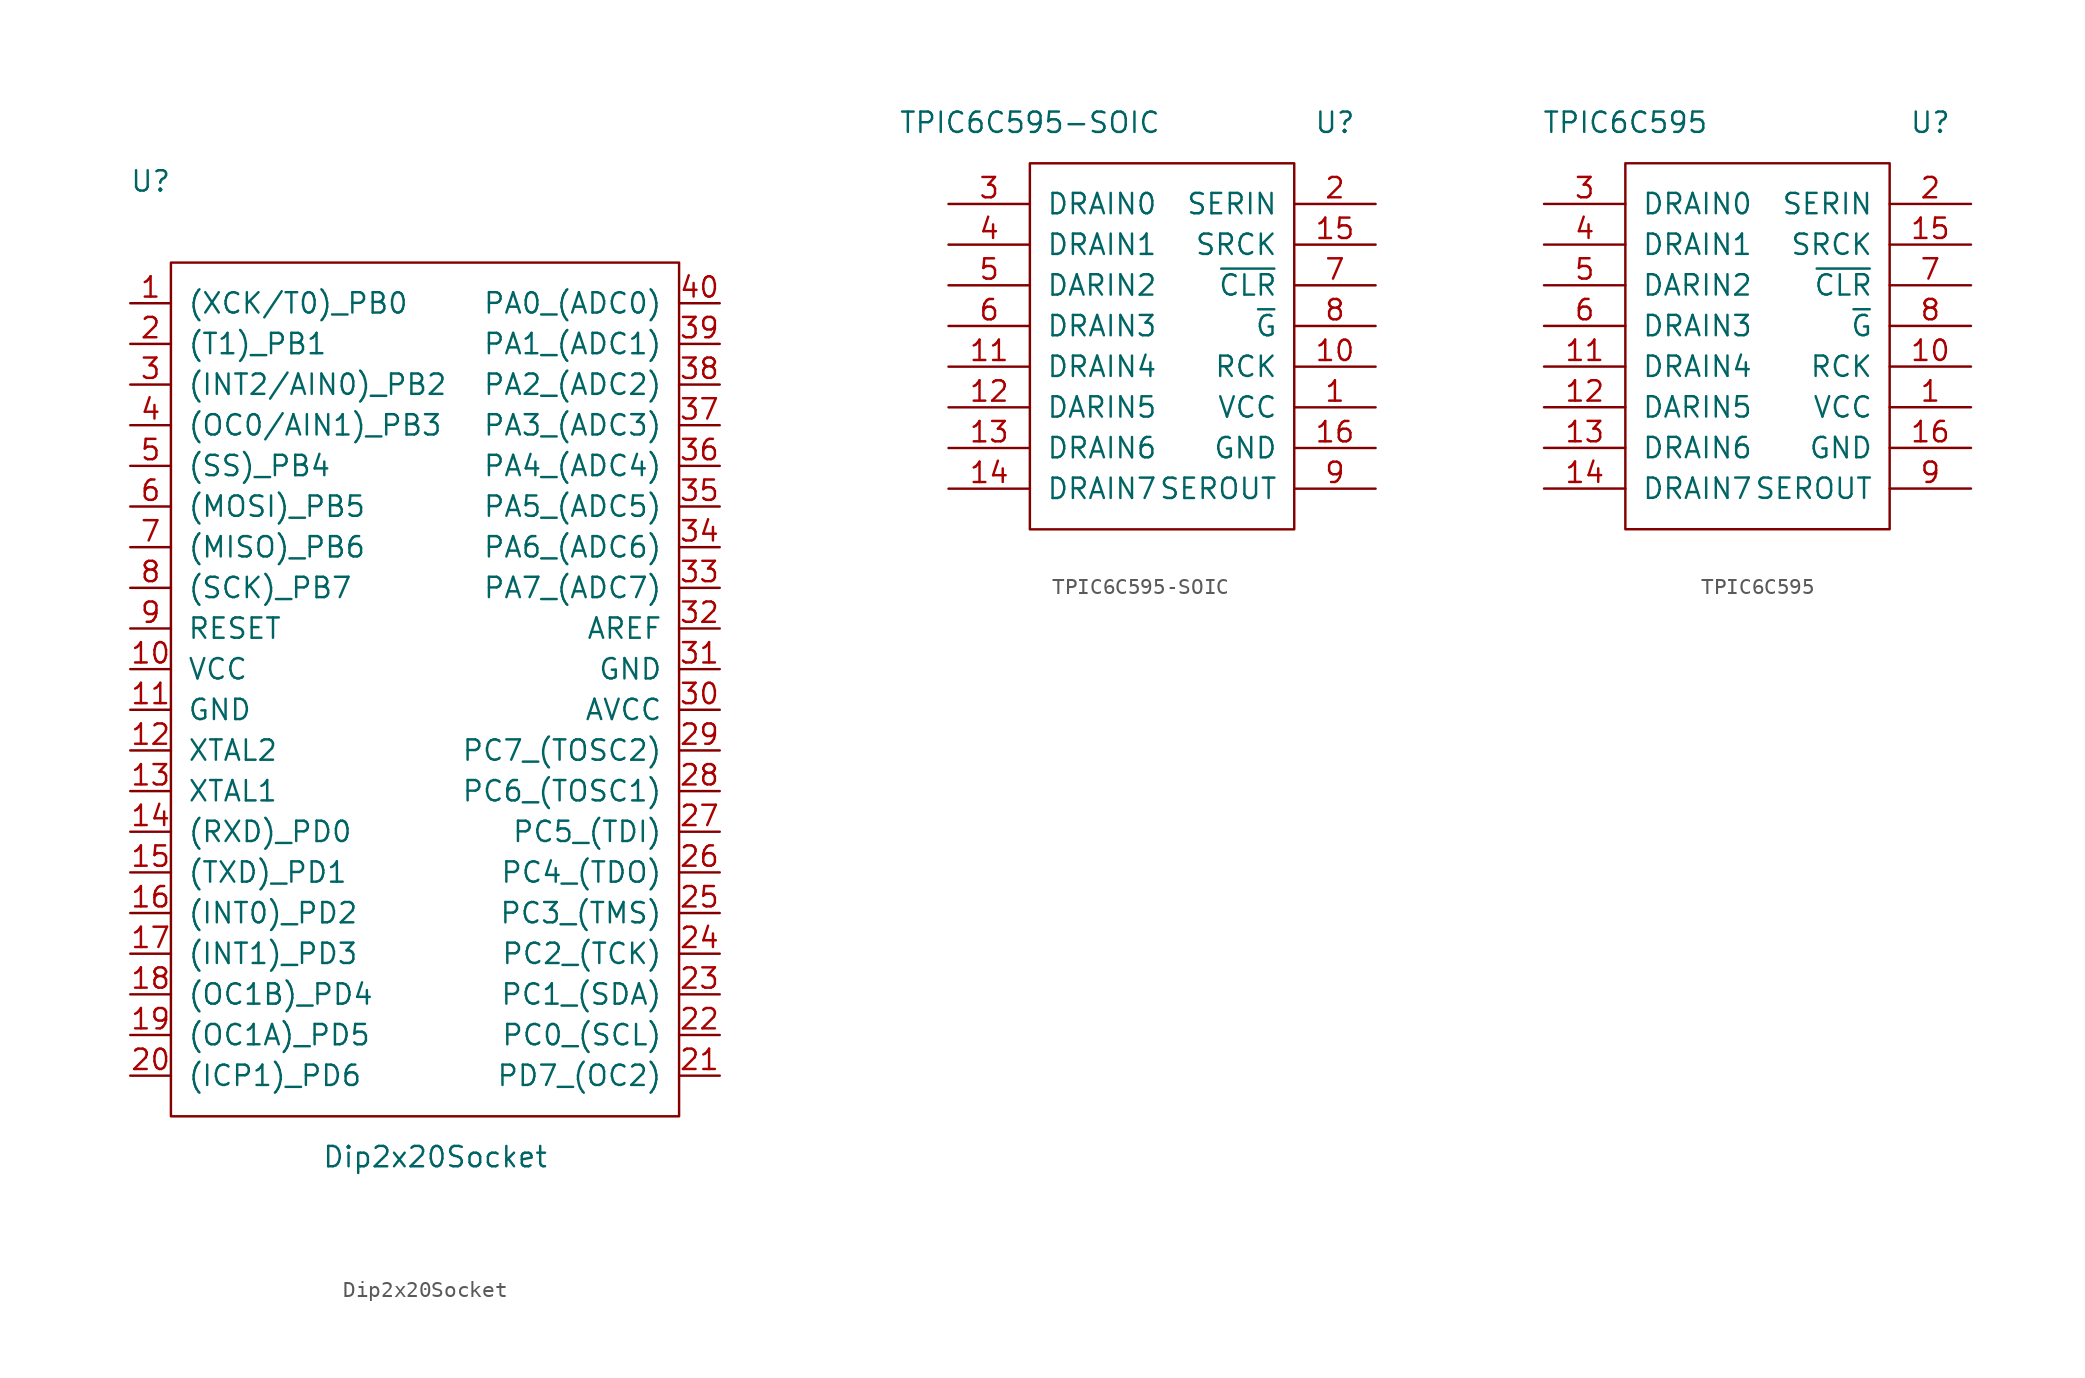
<source format=kicad_sym>
(kicad_symbol_lib
  (version 20211014)
  (generator kicad_symbol_editor)
  (symbol "Dip2x20Socket"
    (pin_names
      (offset 1.016))
    (property "Reference" "U"
      (at -17.78 30.48 0)
      (effects (font (size 1.27 1.27))))
    (property "Value" "Dip2x20Socket"
      (at 0 -30.48 0)
      (effects (font (size 1.27 1.27))))
    (symbol "Dip2x20Socket_0_1"
      (rectangle (start -16.51 25.4) (end 15.24 -27.94) (stroke (width 0) (type default) (color 0 0 0 0)) (fill (type none))))
    (symbol "Dip2x20Socket_1_1"
      (pin input line (at -19.05 22.86 0) (length 2.54) (name "(XCK/T0)_PB0" (effects (font (size 1.27 1.27)))) (number "1" (effects (font (size 1.27 1.27)))))
      (pin power_in line (at -19.05 0 0) (length 2.54) (name "VCC" (effects (font (size 1.27 1.27)))) (number "10" (effects (font (size 1.27 1.27)))))
      (pin power_in line (at -19.05 -2.54 0) (length 2.54) (name "GND" (effects (font (size 1.27 1.27)))) (number "11" (effects (font (size 1.27 1.27)))))
      (pin input line (at -19.05 -5.08 0) (length 2.54) (name "XTAL2" (effects (font (size 1.27 1.27)))) (number "12" (effects (font (size 1.27 1.27)))))
      (pin input line (at -19.05 -7.62 0) (length 2.54) (name "XTAL1" (effects (font (size 1.27 1.27)))) (number "13" (effects (font (size 1.27 1.27)))))
      (pin input line (at -19.05 -10.16 0) (length 2.54) (name "(RXD)_PD0" (effects (font (size 1.27 1.27)))) (number "14" (effects (font (size 1.27 1.27)))))
      (pin input line (at -19.05 -12.7 0) (length 2.54) (name "(TXD)_PD1" (effects (font (size 1.27 1.27)))) (number "15" (effects (font (size 1.27 1.27)))))
      (pin input line (at -19.05 -15.24 0) (length 2.54) (name "(INT0)_PD2" (effects (font (size 1.27 1.27)))) (number "16" (effects (font (size 1.27 1.27)))))
      (pin input line (at -19.05 -17.78 0) (length 2.54) (name "(INT1)_PD3" (effects (font (size 1.27 1.27)))) (number "17" (effects (font (size 1.27 1.27)))))
      (pin input line (at -19.05 -20.32 0) (length 2.54) (name "(OC1B)_PD4" (effects (font (size 1.27 1.27)))) (number "18" (effects (font (size 1.27 1.27)))))
      (pin input line (at -19.05 -22.86 0) (length 2.54) (name "(OC1A)_PD5" (effects (font (size 1.27 1.27)))) (number "19" (effects (font (size 1.27 1.27)))))
      (pin input line (at -19.05 20.32 0) (length 2.54) (name "(T1)_PB1" (effects (font (size 1.27 1.27)))) (number "2" (effects (font (size 1.27 1.27)))))
      (pin input line (at -19.05 -25.4 0) (length 2.54) (name "(ICP1)_PD6" (effects (font (size 1.27 1.27)))) (number "20" (effects (font (size 1.27 1.27)))))
      (pin input line (at 17.78 -25.4 180) (length 2.54) (name "PD7_(OC2)" (effects (font (size 1.27 1.27)))) (number "21" (effects (font (size 1.27 1.27)))))
      (pin input line (at 17.78 -22.86 180) (length 2.54) (name "PC0_(SCL)" (effects (font (size 1.27 1.27)))) (number "22" (effects (font (size 1.27 1.27)))))
      (pin input line (at 17.78 -20.32 180) (length 2.54) (name "PC1_(SDA)" (effects (font (size 1.27 1.27)))) (number "23" (effects (font (size 1.27 1.27)))))
      (pin input line (at 17.78 -17.78 180) (length 2.54) (name "PC2_(TCK)" (effects (font (size 1.27 1.27)))) (number "24" (effects (font (size 1.27 1.27)))))
      (pin input line (at 17.78 -15.24 180) (length 2.54) (name "PC3_(TMS)" (effects (font (size 1.27 1.27)))) (number "25" (effects (font (size 1.27 1.27)))))
      (pin input line (at 17.78 -12.7 180) (length 2.54) (name "PC4_(TDO)" (effects (font (size 1.27 1.27)))) (number "26" (effects (font (size 1.27 1.27)))))
      (pin input line (at 17.78 -10.16 180) (length 2.54) (name "PC5_(TDI)" (effects (font (size 1.27 1.27)))) (number "27" (effects (font (size 1.27 1.27)))))
      (pin input line (at 17.78 -7.62 180) (length 2.54) (name "PC6_(TOSC1)" (effects (font (size 1.27 1.27)))) (number "28" (effects (font (size 1.27 1.27)))))
      (pin input line (at 17.78 -5.08 180) (length 2.54) (name "PC7_(TOSC2)" (effects (font (size 1.27 1.27)))) (number "29" (effects (font (size 1.27 1.27)))))
      (pin input line (at -19.05 17.78 0) (length 2.54) (name "(INT2/AIN0)_PB2" (effects (font (size 1.27 1.27)))) (number "3" (effects (font (size 1.27 1.27)))))
      (pin power_in line (at 17.78 -2.54 180) (length 2.54) (name "AVCC" (effects (font (size 1.27 1.27)))) (number "30" (effects (font (size 1.27 1.27)))))
      (pin power_in line (at 17.78 0 180) (length 2.54) (name "GND" (effects (font (size 1.27 1.27)))) (number "31" (effects (font (size 1.27 1.27)))))
      (pin input line (at 17.78 2.54 180) (length 2.54) (name "AREF" (effects (font (size 1.27 1.27)))) (number "32" (effects (font (size 1.27 1.27)))))
      (pin input line (at 17.78 5.08 180) (length 2.54) (name "PA7_(ADC7)" (effects (font (size 1.27 1.27)))) (number "33" (effects (font (size 1.27 1.27)))))
      (pin input line (at 17.78 7.62 180) (length 2.54) (name "PA6_(ADC6)" (effects (font (size 1.27 1.27)))) (number "34" (effects (font (size 1.27 1.27)))))
      (pin input line (at 17.78 10.16 180) (length 2.54) (name "PA5_(ADC5)" (effects (font (size 1.27 1.27)))) (number "35" (effects (font (size 1.27 1.27)))))
      (pin input line (at 17.78 12.7 180) (length 2.54) (name "PA4_(ADC4)" (effects (font (size 1.27 1.27)))) (number "36" (effects (font (size 1.27 1.27)))))
      (pin input line (at 17.78 15.24 180) (length 2.54) (name "PA3_(ADC3)" (effects (font (size 1.27 1.27)))) (number "37" (effects (font (size 1.27 1.27)))))
      (pin input line (at 17.78 17.78 180) (length 2.54) (name "PA2_(ADC2)" (effects (font (size 1.27 1.27)))) (number "38" (effects (font (size 1.27 1.27)))))
      (pin input line (at 17.78 20.32 180) (length 2.54) (name "PA1_(ADC1)" (effects (font (size 1.27 1.27)))) (number "39" (effects (font (size 1.27 1.27)))))
      (pin input line (at -19.05 15.24 0) (length 2.54) (name "(OC0/AIN1)_PB3" (effects (font (size 1.27 1.27)))) (number "4" (effects (font (size 1.27 1.27)))))
      (pin input line (at 17.78 22.86 180) (length 2.54) (name "PA0_(ADC0)" (effects (font (size 1.27 1.27)))) (number "40" (effects (font (size 1.27 1.27)))))
      (pin input line (at -19.05 12.7 0) (length 2.54) (name "(SS)_PB4" (effects (font (size 1.27 1.27)))) (number "5" (effects (font (size 1.27 1.27)))))
      (pin input line (at -19.05 10.16 0) (length 2.54) (name "(MOSI)_PB5" (effects (font (size 1.27 1.27)))) (number "6" (effects (font (size 1.27 1.27)))))
      (pin input line (at -19.05 7.62 0) (length 2.54) (name "(MISO)_PB6" (effects (font (size 1.27 1.27)))) (number "7" (effects (font (size 1.27 1.27)))))
      (pin input line (at -19.05 5.08 0) (length 2.54) (name "(SCK)_PB7" (effects (font (size 1.27 1.27)))) (number "8" (effects (font (size 1.27 1.27)))))
      (pin input line (at -19.05 2.54 0) (length 2.54) (name "RESET" (effects (font (size 1.27 1.27)))) (number "9" (effects (font (size 1.27 1.27)))))))
  (symbol "TPIC6C595-SOIC"
    (pin_names
      (offset 1.016))
    (property "Reference" "U"
      (at 10.16 3.81 0)
      (effects (font (size 1.27 1.27))))
    (property "Value" "TPIC6C595-SOIC"
      (at -8.89 3.81 0)
      (effects (font (size 1.27 1.27))))
    (symbol "TPIC6C595-SOIC_0_0"
      (pin passive line (at 12.7 -13.97 180) (length 5.08) (name "VCC" (effects (font (size 1.27 1.27)))) (number "1" (effects (font (size 1.27 1.27)))))
      (pin passive line (at 12.7 -11.43 180) (length 5.08) (name "RCK" (effects (font (size 1.27 1.27)))) (number "10" (effects (font (size 1.27 1.27)))))
      (pin passive line (at -13.97 -11.43 0) (length 5.08) (name "DRAIN4" (effects (font (size 1.27 1.27)))) (number "11" (effects (font (size 1.27 1.27)))))
      (pin passive line (at -13.97 -13.97 0) (length 5.08) (name "DARIN5" (effects (font (size 1.27 1.27)))) (number "12" (effects (font (size 1.27 1.27)))))
      (pin passive line (at -13.97 -16.51 0) (length 5.08) (name "DRAIN6" (effects (font (size 1.27 1.27)))) (number "13" (effects (font (size 1.27 1.27)))))
      (pin passive line (at -13.97 -19.05 0) (length 5.08) (name "DRAIN7" (effects (font (size 1.27 1.27)))) (number "14" (effects (font (size 1.27 1.27)))))
      (pin passive line (at 12.7 -3.81 180) (length 5.08) (name "SRCK" (effects (font (size 1.27 1.27)))) (number "15" (effects (font (size 1.27 1.27)))))
      (pin passive line (at 12.7 -16.51 180) (length 5.08) (name "GND" (effects (font (size 1.27 1.27)))) (number "16" (effects (font (size 1.27 1.27)))))
      (pin passive line (at 12.7 -1.27 180) (length 5.08) (name "SERIN" (effects (font (size 1.27 1.27)))) (number "2" (effects (font (size 1.27 1.27)))))
      (pin passive line (at -13.97 -1.27 0) (length 5.08) (name "DRAIN0" (effects (font (size 1.27 1.27)))) (number "3" (effects (font (size 1.27 1.27)))))
      (pin passive line (at -13.97 -3.81 0) (length 5.08) (name "DRAIN1" (effects (font (size 1.27 1.27)))) (number "4" (effects (font (size 1.27 1.27)))))
      (pin passive line (at -13.97 -6.35 0) (length 5.08) (name "DARIN2" (effects (font (size 1.27 1.27)))) (number "5" (effects (font (size 1.27 1.27)))))
      (pin passive line (at -13.97 -8.89 0) (length 5.08) (name "DRAIN3" (effects (font (size 1.27 1.27)))) (number "6" (effects (font (size 1.27 1.27)))))
      (pin passive line (at 12.7 -6.35 180) (length 5.08) (name "~{CLR}" (effects (font (size 1.27 1.27)))) (number "7" (effects (font (size 1.27 1.27)))))
      (pin passive line (at 12.7 -8.89 180) (length 5.08) (name "~{G}" (effects (font (size 1.27 1.27)))) (number "8" (effects (font (size 1.27 1.27)))))
      (pin passive line (at 12.7 -19.05 180) (length 5.08) (name "SEROUT" (effects (font (size 1.27 1.27)))) (number "9" (effects (font (size 1.27 1.27))))))
    (symbol "TPIC6C595-SOIC_0_1"
      (rectangle (start -8.89 1.27) (end 7.62 -21.59) (stroke (width 0) (type default) (color 0 0 0 0)) (fill (type none)))))
  (symbol "TPIC6C595"
    (pin_names
      (offset 1.016))
    (property "Reference" "U"
      (at 10.16 3.81 0)
      (effects (font (size 1.27 1.27))))
    (property "Value" "TPIC6C595"
      (at -8.89 3.81 0)
      (effects (font (size 1.27 1.27))))
    (symbol "TPIC6C595_0_0"
      (pin passive line (at 12.7 -13.97 180) (length 5.08) (name "VCC" (effects (font (size 1.27 1.27)))) (number "1" (effects (font (size 1.27 1.27)))))
      (pin passive line (at 12.7 -11.43 180) (length 5.08) (name "RCK" (effects (font (size 1.27 1.27)))) (number "10" (effects (font (size 1.27 1.27)))))
      (pin passive line (at -13.97 -11.43 0) (length 5.08) (name "DRAIN4" (effects (font (size 1.27 1.27)))) (number "11" (effects (font (size 1.27 1.27)))))
      (pin passive line (at -13.97 -13.97 0) (length 5.08) (name "DARIN5" (effects (font (size 1.27 1.27)))) (number "12" (effects (font (size 1.27 1.27)))))
      (pin passive line (at -13.97 -16.51 0) (length 5.08) (name "DRAIN6" (effects (font (size 1.27 1.27)))) (number "13" (effects (font (size 1.27 1.27)))))
      (pin passive line (at -13.97 -19.05 0) (length 5.08) (name "DRAIN7" (effects (font (size 1.27 1.27)))) (number "14" (effects (font (size 1.27 1.27)))))
      (pin passive line (at 12.7 -3.81 180) (length 5.08) (name "SRCK" (effects (font (size 1.27 1.27)))) (number "15" (effects (font (size 1.27 1.27)))))
      (pin passive line (at 12.7 -16.51 180) (length 5.08) (name "GND" (effects (font (size 1.27 1.27)))) (number "16" (effects (font (size 1.27 1.27)))))
      (pin passive line (at 12.7 -1.27 180) (length 5.08) (name "SERIN" (effects (font (size 1.27 1.27)))) (number "2" (effects (font (size 1.27 1.27)))))
      (pin passive line (at -13.97 -1.27 0) (length 5.08) (name "DRAIN0" (effects (font (size 1.27 1.27)))) (number "3" (effects (font (size 1.27 1.27)))))
      (pin passive line (at -13.97 -3.81 0) (length 5.08) (name "DRAIN1" (effects (font (size 1.27 1.27)))) (number "4" (effects (font (size 1.27 1.27)))))
      (pin passive line (at -13.97 -6.35 0) (length 5.08) (name "DARIN2" (effects (font (size 1.27 1.27)))) (number "5" (effects (font (size 1.27 1.27)))))
      (pin passive line (at -13.97 -8.89 0) (length 5.08) (name "DRAIN3" (effects (font (size 1.27 1.27)))) (number "6" (effects (font (size 1.27 1.27)))))
      (pin passive line (at 12.7 -6.35 180) (length 5.08) (name "~{CLR}" (effects (font (size 1.27 1.27)))) (number "7" (effects (font (size 1.27 1.27)))))
      (pin passive line (at 12.7 -8.89 180) (length 5.08) (name "~{G}" (effects (font (size 1.27 1.27)))) (number "8" (effects (font (size 1.27 1.27)))))
      (pin passive line (at 12.7 -19.05 180) (length 5.08) (name "SEROUT" (effects (font (size 1.27 1.27)))) (number "9" (effects (font (size 1.27 1.27))))))
    (symbol "TPIC6C595_0_1"
      (rectangle (start -8.89 1.27) (end 7.62 -21.59) (stroke (width 0) (type default) (color 0 0 0 0)) (fill (type none))))))
</source>
